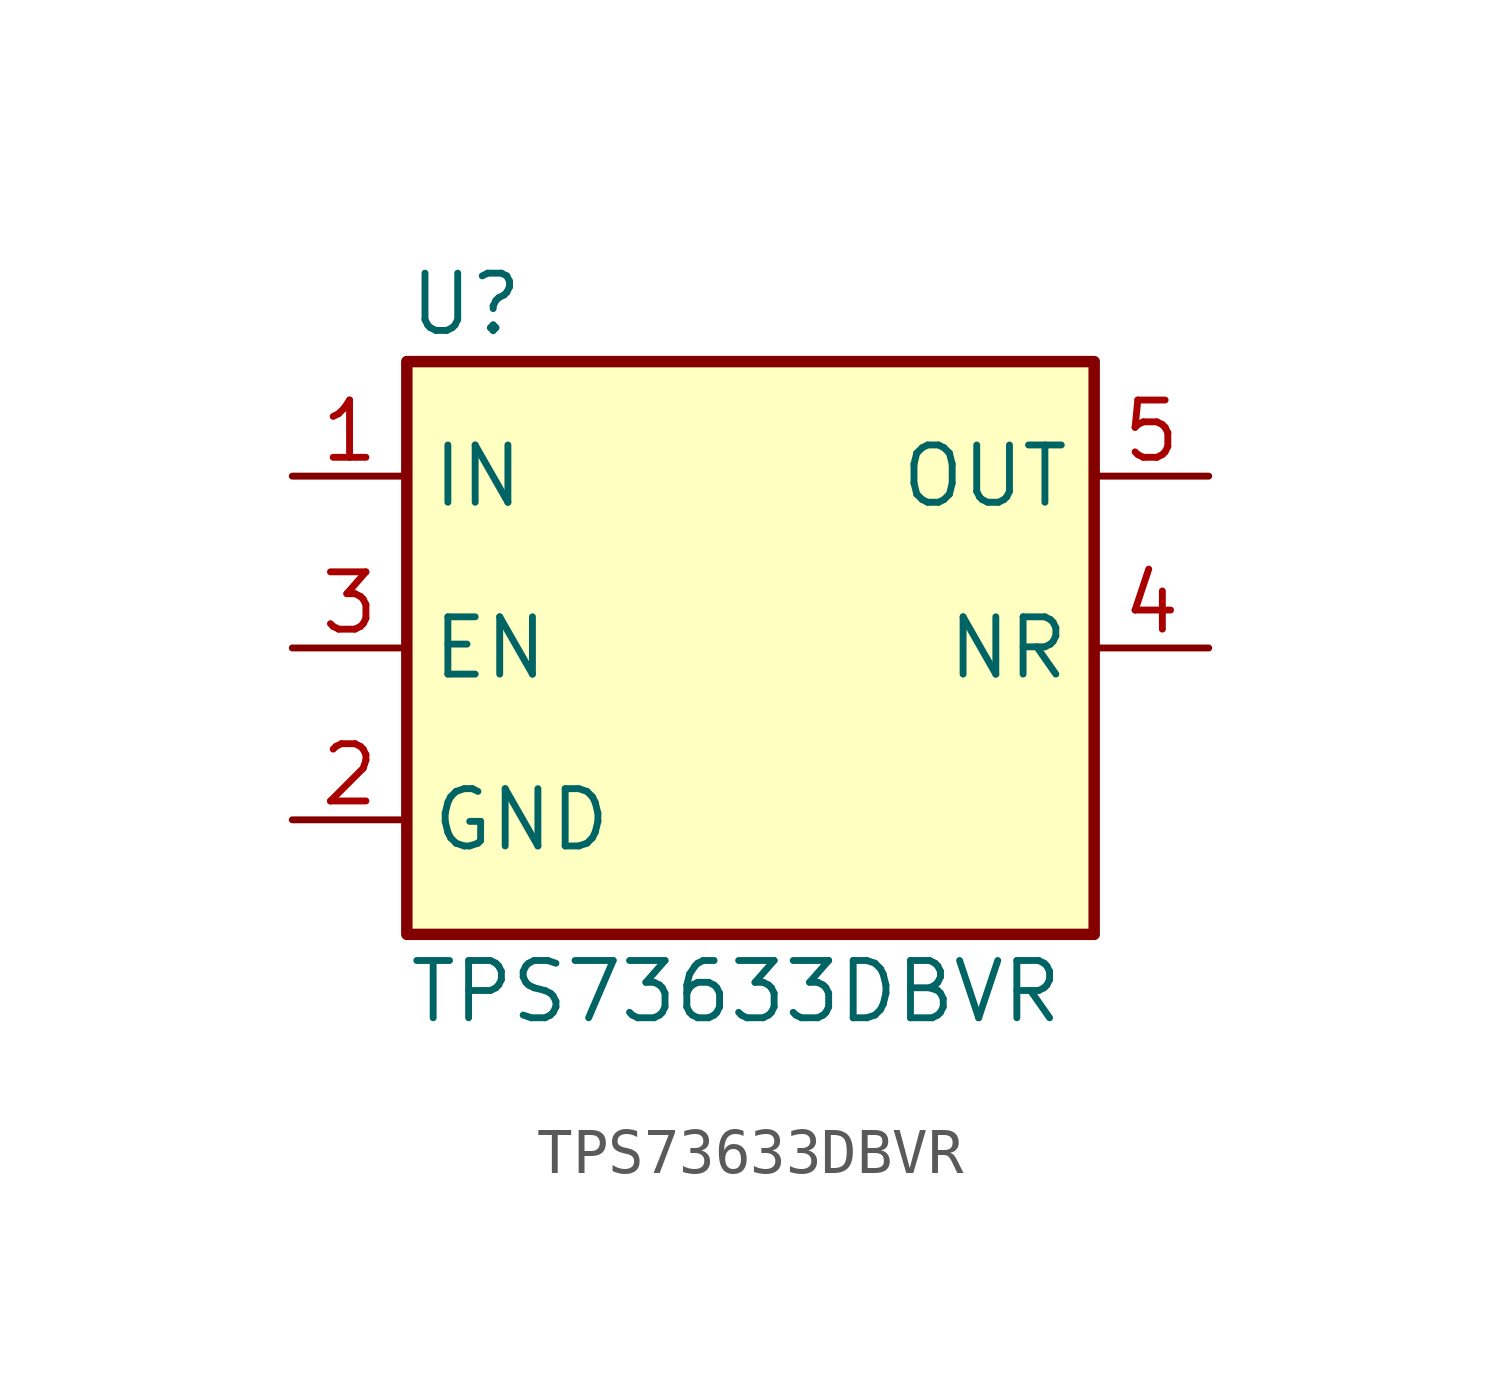
<source format=kicad_sym>
(kicad_symbol_lib
  (version 20220914)
  (generator kicad_symbol_editor)
  (symbol "TPS73633DBVR"
    (property "Reference" "U"
      (at 0 1.27 0)
      (do_not_autoplace)
      (effects (font (size 1.27 1.27)) (justify left)))
    (property "Value" "TPS73633DBVR"
      (at 0 -13.97 0)
      (do_not_autoplace)
      (effects (font (size 1.27 1.27)) (justify left)))
    (symbol "TPS73633DBVR_0_1"
      (rectangle (start 0 0) (end 15.24 -12.7) (stroke (width 0.254) (type default)) (fill (type background))))
    (symbol "TPS73633DBVR_1_1"
      (pin power_in line (at -2.54 -2.54 0) (length 2.54) (name "IN" (effects (font (size 1.27 1.27)))) (number "1" (effects (font (size 1.27 1.27)))))
      (pin power_in line (at -2.54 -10.16 0) (length 2.54) (name "GND" (effects (font (size 1.27 1.27)))) (number "2" (effects (font (size 1.27 1.27)))))
      (pin input line (at -2.54 -6.35 0) (length 2.54) (name "EN" (effects (font (size 1.27 1.27)))) (number "3" (effects (font (size 1.27 1.27)))))
      (pin passive line (at 17.78 -6.35 180) (length 2.54) (name "NR" (effects (font (size 1.27 1.27)))) (number "4" (effects (font (size 1.27 1.27)))))
      (pin power_out line (at 17.78 -2.54 180) (length 2.54) (name "OUT" (effects (font (size 1.27 1.27)))) (number "5" (effects (font (size 1.27 1.27))))))))
</source>
